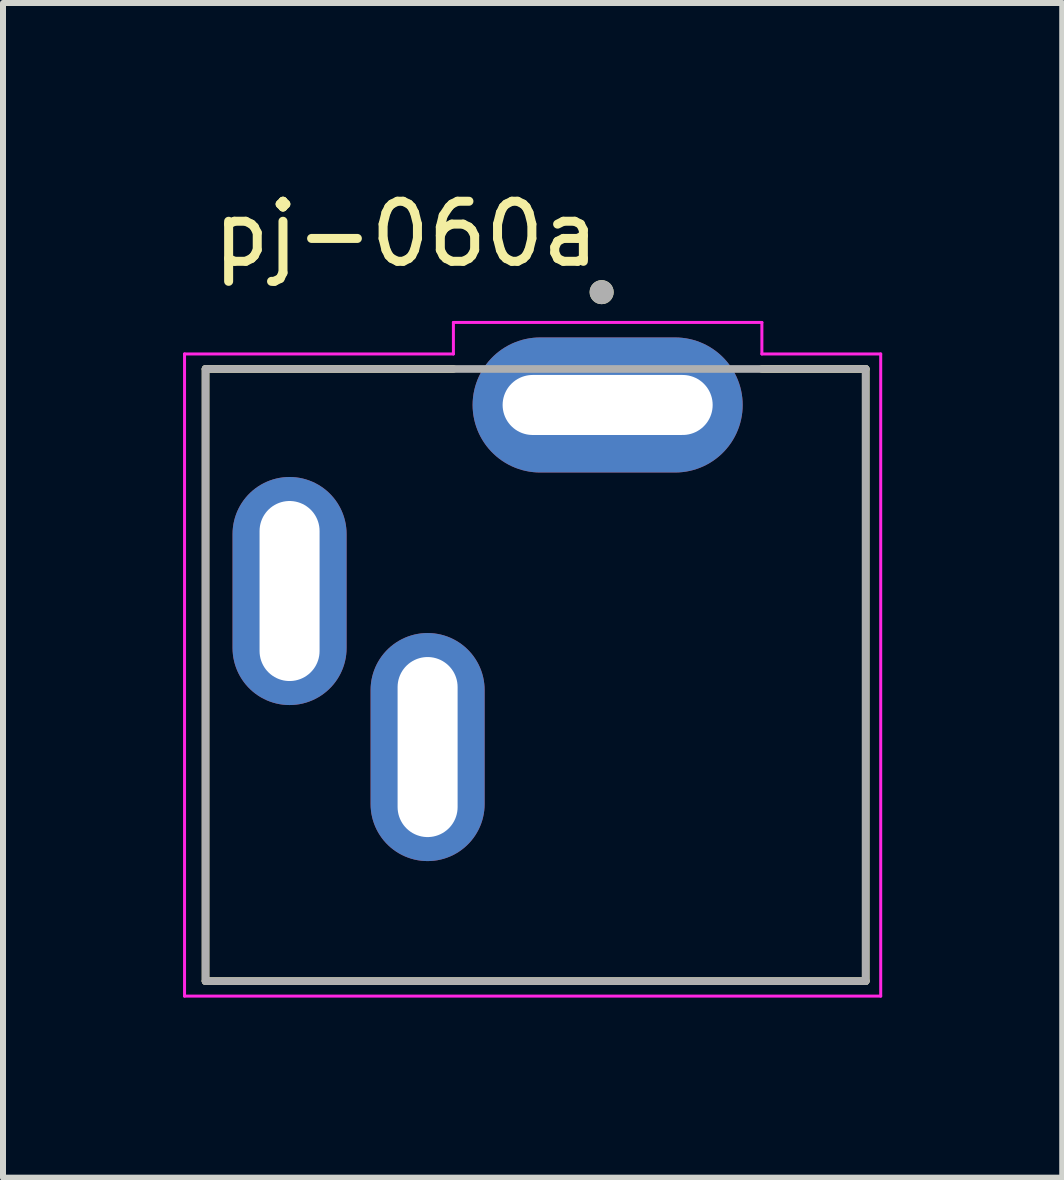
<source format=kicad_pcb>
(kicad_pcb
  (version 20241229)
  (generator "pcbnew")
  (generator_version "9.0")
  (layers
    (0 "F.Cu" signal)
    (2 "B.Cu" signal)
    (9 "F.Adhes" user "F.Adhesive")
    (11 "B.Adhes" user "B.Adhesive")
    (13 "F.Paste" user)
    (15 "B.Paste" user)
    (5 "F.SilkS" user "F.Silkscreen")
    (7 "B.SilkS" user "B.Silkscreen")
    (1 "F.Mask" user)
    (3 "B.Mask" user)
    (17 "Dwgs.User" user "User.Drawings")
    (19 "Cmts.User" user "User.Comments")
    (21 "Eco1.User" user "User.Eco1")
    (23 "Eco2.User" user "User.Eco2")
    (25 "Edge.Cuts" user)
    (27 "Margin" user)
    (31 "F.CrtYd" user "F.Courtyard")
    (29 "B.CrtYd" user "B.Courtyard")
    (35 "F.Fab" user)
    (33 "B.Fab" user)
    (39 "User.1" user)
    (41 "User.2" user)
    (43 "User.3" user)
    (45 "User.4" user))
  (footprint "pj-060a"
    (layer "F.Cu")
    (at 7.075 3.698)
    (property "Reference" "pj-060a" (at -3.36 -2.849 0) (layer "F.SilkS") (effects (font (size 1.001 1.001) (thickness 0.15))))
    (attr through_hole)
    (fp_line (start -6.7 -0.6) (end -6.7 9.6) (stroke (width 0.127) (type solid)) (layer "F.SilkS"))
    (fp_line (start -6.7 9.6) (end 4.3 9.6) (stroke (width 0.127) (type solid)) (layer "F.SilkS"))
    (fp_line (start -2.57 -0.6) (end -6.7 -0.6) (stroke (width 0.127) (type solid)) (layer "F.SilkS"))
    (fp_line (start 4.3 -0.6) (end 2.57 -0.6) (stroke (width 0.127) (type solid)) (layer "F.SilkS"))
    (fp_line (start 4.3 9.6) (end 4.3 -0.6) (stroke (width 0.127) (type solid)) (layer "F.SilkS"))
    (fp_circle (center -0.1 -1.88) (end 0 -1.88) (stroke (width 0.2) (type solid)) (fill no) (layer "F.SilkS"))
    (fp_line (start -7.05 -0.85) (end -2.57 -0.85) (stroke (width 0.05) (type solid)) (layer "F.CrtYd"))
    (fp_line (start -7.05 9.85) (end -7.05 -0.85) (stroke (width 0.05) (type solid)) (layer "F.CrtYd"))
    (fp_line (start -2.57 -1.375) (end 2.57 -1.375) (stroke (width 0.05) (type solid)) (layer "F.CrtYd"))
    (fp_line (start -2.57 -0.85) (end -2.57 -1.375) (stroke (width 0.05) (type solid)) (layer "F.CrtYd"))
    (fp_line (start 2.57 -1.375) (end 2.57 -0.85) (stroke (width 0.05) (type solid)) (layer "F.CrtYd"))
    (fp_line (start 2.57 -0.85) (end 4.55 -0.85) (stroke (width 0.05) (type solid)) (layer "F.CrtYd"))
    (fp_line (start 4.55 -0.85) (end 4.55 9.85) (stroke (width 0.05) (type solid)) (layer "F.CrtYd"))
    (fp_line (start 4.55 9.85) (end -7.05 9.85) (stroke (width 0.05) (type solid)) (layer "F.CrtYd"))
    (fp_line (start -6.7 -0.6) (end 4.3 -0.6) (stroke (width 0.127) (type solid)) (layer "F.Fab"))
    (fp_line (start -6.7 9.6) (end -6.7 -0.6) (stroke (width 0.127) (type solid)) (layer "F.Fab"))
    (fp_line (start 4.3 -0.6) (end 4.3 9.6) (stroke (width 0.127) (type solid)) (layer "F.Fab"))
    (fp_line (start 4.3 9.6) (end -6.7 9.6) (stroke (width 0.127) (type solid)) (layer "F.Fab"))
    (fp_circle (center -0.1 -1.88) (end 0 -1.88) (stroke (width 0.2) (type solid)) (fill no) (layer "F.Fab"))
    (pad "1" thru_hole oval (at 0 0) (size 4.5 2.25) (drill oval 3.5 1) (layers "*.Cu" "*.Mask"))
    (pad "2" thru_hole oval (at -5.3 3.1) (size 1.9 3.8) (drill oval 1 3) (layers "*.Cu" "*.Mask"))
    (pad "3" thru_hole oval (at -3 5.7) (size 1.9 3.8) (drill oval 1 3) (layers "*.Cu" "*.Mask")))
  (gr_rect
    (start -3 -3)
    (end 14.65 16.573)
    (stroke (width 0.1) (type default))
    (fill no)
    (layer "Edge.Cuts")))
</source>
